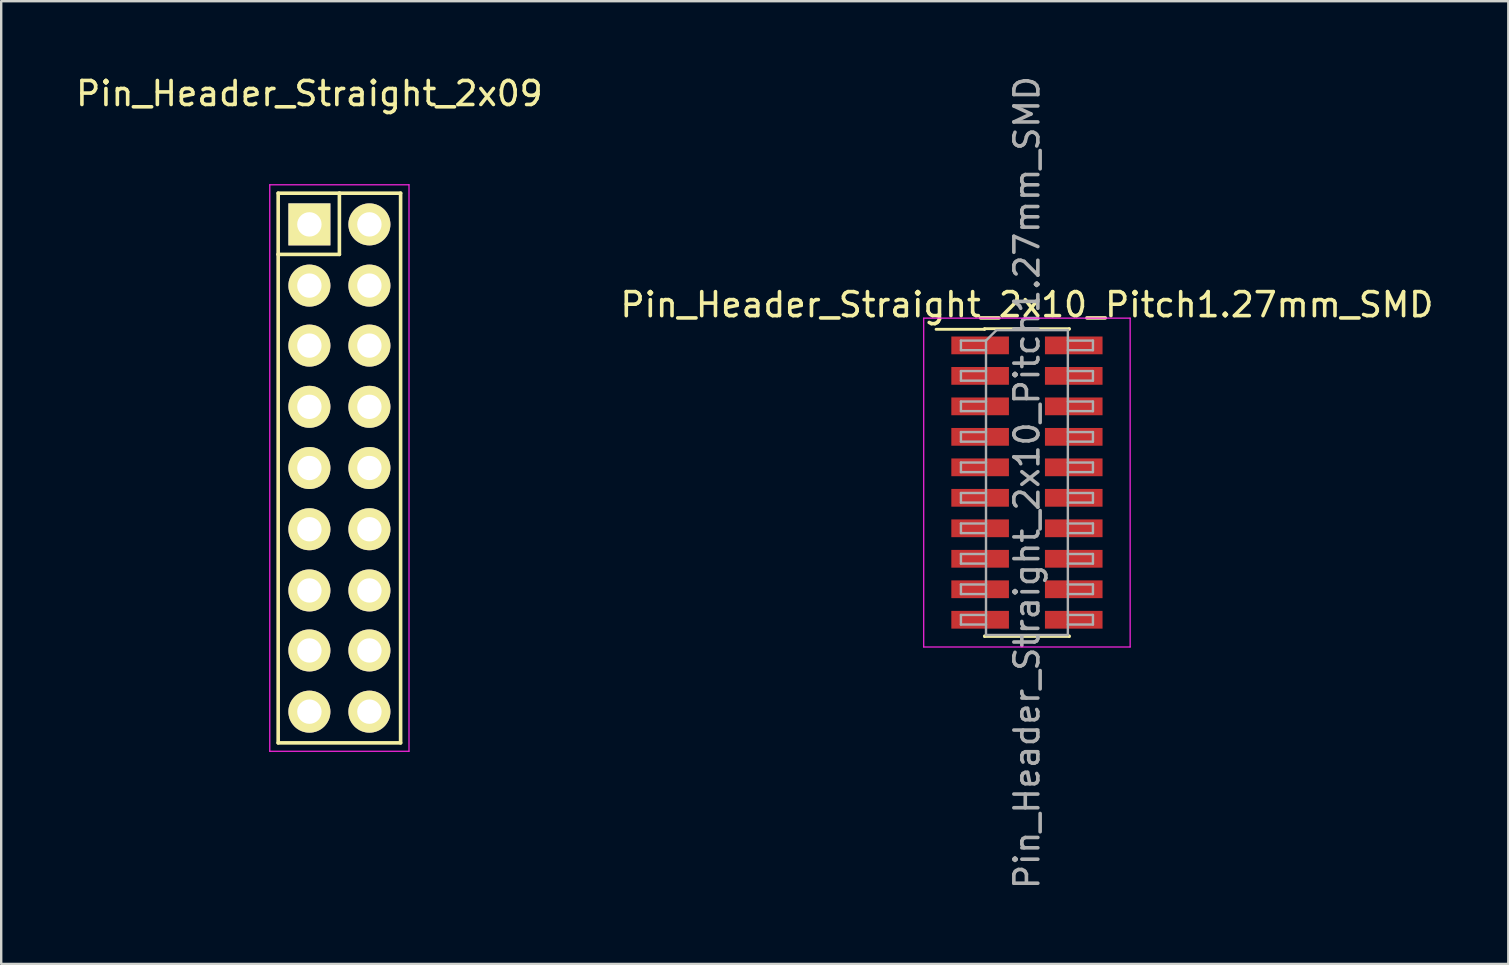
<source format=kicad_pcb>
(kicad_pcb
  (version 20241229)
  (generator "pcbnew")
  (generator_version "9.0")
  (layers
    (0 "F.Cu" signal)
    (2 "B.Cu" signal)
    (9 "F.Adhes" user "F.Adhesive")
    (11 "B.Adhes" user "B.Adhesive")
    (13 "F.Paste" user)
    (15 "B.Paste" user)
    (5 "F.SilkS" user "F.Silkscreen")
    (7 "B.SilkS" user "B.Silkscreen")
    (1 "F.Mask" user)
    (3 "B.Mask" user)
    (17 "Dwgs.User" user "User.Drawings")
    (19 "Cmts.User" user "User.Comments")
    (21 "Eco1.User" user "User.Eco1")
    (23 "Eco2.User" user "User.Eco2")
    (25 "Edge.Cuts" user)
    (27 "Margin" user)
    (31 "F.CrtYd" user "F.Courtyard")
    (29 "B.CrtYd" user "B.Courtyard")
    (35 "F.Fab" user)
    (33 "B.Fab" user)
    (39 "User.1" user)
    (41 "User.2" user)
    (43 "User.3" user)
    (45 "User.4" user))
  (footprint "Pin_Header_Straight_2x09"
    (layer "F.Cu")
    (at 9.839 6.298)
    (property "Reference" "Pin_Header_Straight_2x09" (at 0 -5.45 0) (layer "F.SilkS") (effects (font (size 1 1) (thickness 0.15))))
    (attr through_hole)
    (fp_line (start -1.3 -1.3) (end -1.3 1.25) (stroke (width 0.15) (type solid)) (layer "F.SilkS"))
    (fp_line (start -1.3 -1.3) (end 1.25 -1.3) (stroke (width 0.15) (type solid)) (layer "F.SilkS"))
    (fp_line (start -1.3 1.25) (end -1.3 21.6) (stroke (width 0.15) (type solid)) (layer "F.SilkS"))
    (fp_line (start 1.25 -1.3) (end 1.25 1.25) (stroke (width 0.15) (type solid)) (layer "F.SilkS"))
    (fp_line (start 1.25 1.25) (end -1.3 1.25) (stroke (width 0.15) (type solid)) (layer "F.SilkS"))
    (fp_line (start 3.8 -1.3) (end 1.25 -1.3) (stroke (width 0.15) (type solid)) (layer "F.SilkS"))
    (fp_line (start 3.8 21.6) (end -1.3 21.6) (stroke (width 0.15) (type solid)) (layer "F.SilkS"))
    (fp_line (start 3.8 21.6) (end 3.8 -1.3) (stroke (width 0.15) (type solid)) (layer "F.SilkS"))
    (fp_line (start -1.65 -1.65) (end -1.65 21.95) (stroke (width 0.05) (type solid)) (layer "F.CrtYd"))
    (fp_line (start -1.65 -1.65) (end 4.15 -1.65) (stroke (width 0.05) (type solid)) (layer "F.CrtYd"))
    (fp_line (start -1.65 21.95) (end 4.15 21.95) (stroke (width 0.05) (type solid)) (layer "F.CrtYd"))
    (fp_line (start 4.15 -1.65) (end 4.15 21.95) (stroke (width 0.05) (type solid)) (layer "F.CrtYd"))
    (pad "1" thru_hole rect (at 0 0) (size 1.75 1.75) (drill 1.016) (layers "*.Cu" "*.Mask" "F.SilkS"))
    (pad "2" thru_hole oval (at 2.5 0) (size 1.75 1.75) (drill 1.016) (layers "*.Cu" "*.Mask" "F.SilkS"))
    (pad "3" thru_hole oval (at 0 2.55) (size 1.75 1.75) (drill 1.016) (layers "*.Cu" "*.Mask" "F.SilkS"))
    (pad "4" thru_hole oval (at 2.5 2.55) (size 1.75 1.75) (drill 1.016) (layers "*.Cu" "*.Mask" "F.SilkS"))
    (pad "5" thru_hole oval (at 0 5.05) (size 1.75 1.75) (drill 1.016) (layers "*.Cu" "*.Mask" "F.SilkS"))
    (pad "6" thru_hole oval (at 2.5 5.05) (size 1.75 1.75) (drill 1.016) (layers "*.Cu" "*.Mask" "F.SilkS"))
    (pad "7" thru_hole oval (at 0 7.6) (size 1.75 1.75) (drill 1.016) (layers "*.Cu" "*.Mask" "F.SilkS"))
    (pad "8" thru_hole oval (at 2.5 7.6) (size 1.75 1.75) (drill 1.016) (layers "*.Cu" "*.Mask" "F.SilkS"))
    (pad "9" thru_hole oval (at 0 10.15) (size 1.75 1.75) (drill 1.016) (layers "*.Cu" "*.Mask" "F.SilkS"))
    (pad "10" thru_hole oval (at 2.5 10.15) (size 1.75 1.75) (drill 1.016) (layers "*.Cu" "*.Mask" "F.SilkS"))
    (pad "11" thru_hole oval (at 0 12.7) (size 1.75 1.75) (drill 1.016) (layers "*.Cu" "*.Mask" "F.SilkS"))
    (pad "12" thru_hole oval (at 2.5 12.7) (size 1.75 1.75) (drill 1.016) (layers "*.Cu" "*.Mask" "F.SilkS"))
    (pad "13" thru_hole oval (at 0 15.25) (size 1.75 1.75) (drill 1.016) (layers "*.Cu" "*.Mask" "F.SilkS"))
    (pad "14" thru_hole oval (at 2.5 15.25) (size 1.75 1.75) (drill 1.016) (layers "*.Cu" "*.Mask" "F.SilkS"))
    (pad "15" thru_hole oval (at 0 17.75) (size 1.75 1.75) (drill 1.016) (layers "*.Cu" "*.Mask" "F.SilkS"))
    (pad "16" thru_hole oval (at 2.5 17.75) (size 1.75 1.75) (drill 1.016) (layers "*.Cu" "*.Mask" "F.SilkS"))
    (pad "17" thru_hole oval (at 0 20.3) (size 1.75 1.75) (drill 1.016) (layers "*.Cu" "*.Mask" "F.SilkS"))
    (pad "18" thru_hole oval (at 2.5 20.3) (size 1.75 1.75) (drill 1.016) (layers "*.Cu" "*.Mask" "F.SilkS")))
  (footprint "Pin_Header_Straight_2x10_Pitch1.27mm_SMD"
    (layer "F.Cu")
    (at 39.732 17.054)
    (property "Reference" "Pin_Header_Straight_2x10_Pitch1.27mm_SMD" (at 0 -7.41 0) (layer "F.SilkS") (effects (font (size 1 1) (thickness 0.15))))
    (attr smd)
    (fp_line (start -3.785 -6.385) (end -1.765 -6.385) (stroke (width 0.12) (type solid)) (layer "F.SilkS"))
    (fp_line (start -1.765 -6.41) (end 1.765 -6.41) (stroke (width 0.12) (type solid)) (layer "F.SilkS"))
    (fp_line (start -1.765 -6.385) (end -1.765 -6.41) (stroke (width 0.12) (type solid)) (layer "F.SilkS"))
    (fp_line (start -1.765 6.385) (end -1.765 6.41) (stroke (width 0.12) (type solid)) (layer "F.SilkS"))
    (fp_line (start -1.765 6.41) (end 1.765 6.41) (stroke (width 0.12) (type solid)) (layer "F.SilkS"))
    (fp_line (start 1.765 -6.41) (end 1.765 -6.385) (stroke (width 0.12) (type solid)) (layer "F.SilkS"))
    (fp_line (start 1.765 6.41) (end 1.765 6.385) (stroke (width 0.12) (type solid)) (layer "F.SilkS"))
    (fp_line (start -4.3 -6.85) (end -4.3 6.85) (stroke (width 0.05) (type solid)) (layer "F.CrtYd"))
    (fp_line (start -4.3 6.85) (end 4.3 6.85) (stroke (width 0.05) (type solid)) (layer "F.CrtYd"))
    (fp_line (start 4.3 -6.85) (end -4.3 -6.85) (stroke (width 0.05) (type solid)) (layer "F.CrtYd"))
    (fp_line (start 4.3 6.85) (end 4.3 -6.85) (stroke (width 0.05) (type solid)) (layer "F.CrtYd"))
    (fp_line (start -2.75 -5.915) (end -2.75 -5.515) (stroke (width 0.1) (type solid)) (layer "F.Fab"))
    (fp_line (start -2.75 -5.515) (end -1.705 -5.515) (stroke (width 0.1) (type solid)) (layer "F.Fab"))
    (fp_line (start -2.75 -4.645) (end -2.75 -4.245) (stroke (width 0.1) (type solid)) (layer "F.Fab"))
    (fp_line (start -2.75 -4.245) (end -1.705 -4.245) (stroke (width 0.1) (type solid)) (layer "F.Fab"))
    (fp_line (start -2.75 -3.375) (end -2.75 -2.975) (stroke (width 0.1) (type solid)) (layer "F.Fab"))
    (fp_line (start -2.75 -2.975) (end -1.705 -2.975) (stroke (width 0.1) (type solid)) (layer "F.Fab"))
    (fp_line (start -2.75 -2.105) (end -2.75 -1.705) (stroke (width 0.1) (type solid)) (layer "F.Fab"))
    (fp_line (start -2.75 -1.705) (end -1.705 -1.705) (stroke (width 0.1) (type solid)) (layer "F.Fab"))
    (fp_line (start -2.75 -0.835) (end -2.75 -0.435) (stroke (width 0.1) (type solid)) (layer "F.Fab"))
    (fp_line (start -2.75 -0.435) (end -1.705 -0.435) (stroke (width 0.1) (type solid)) (layer "F.Fab"))
    (fp_line (start -2.75 0.435) (end -2.75 0.835) (stroke (width 0.1) (type solid)) (layer "F.Fab"))
    (fp_line (start -2.75 0.835) (end -1.705 0.835) (stroke (width 0.1) (type solid)) (layer "F.Fab"))
    (fp_line (start -2.75 1.705) (end -2.75 2.105) (stroke (width 0.1) (type solid)) (layer "F.Fab"))
    (fp_line (start -2.75 2.105) (end -1.705 2.105) (stroke (width 0.1) (type solid)) (layer "F.Fab"))
    (fp_line (start -2.75 2.975) (end -2.75 3.375) (stroke (width 0.1) (type solid)) (layer "F.Fab"))
    (fp_line (start -2.75 3.375) (end -1.705 3.375) (stroke (width 0.1) (type solid)) (layer "F.Fab"))
    (fp_line (start -2.75 4.245) (end -2.75 4.645) (stroke (width 0.1) (type solid)) (layer "F.Fab"))
    (fp_line (start -2.75 4.645) (end -1.705 4.645) (stroke (width 0.1) (type solid)) (layer "F.Fab"))
    (fp_line (start -2.75 5.515) (end -2.75 5.915) (stroke (width 0.1) (type solid)) (layer "F.Fab"))
    (fp_line (start -2.75 5.915) (end -1.705 5.915) (stroke (width 0.1) (type solid)) (layer "F.Fab"))
    (fp_line (start -1.705 -5.915) (end -2.75 -5.915) (stroke (width 0.1) (type solid)) (layer "F.Fab"))
    (fp_line (start -1.705 -5.915) (end -1.27 -6.35) (stroke (width 0.1) (type solid)) (layer "F.Fab"))
    (fp_line (start -1.705 -4.645) (end -2.75 -4.645) (stroke (width 0.1) (type solid)) (layer "F.Fab"))
    (fp_line (start -1.705 -3.375) (end -2.75 -3.375) (stroke (width 0.1) (type solid)) (layer "F.Fab"))
    (fp_line (start -1.705 -2.105) (end -2.75 -2.105) (stroke (width 0.1) (type solid)) (layer "F.Fab"))
    (fp_line (start -1.705 -0.835) (end -2.75 -0.835) (stroke (width 0.1) (type solid)) (layer "F.Fab"))
    (fp_line (start -1.705 0.435) (end -2.75 0.435) (stroke (width 0.1) (type solid)) (layer "F.Fab"))
    (fp_line (start -1.705 1.705) (end -2.75 1.705) (stroke (width 0.1) (type solid)) (layer "F.Fab"))
    (fp_line (start -1.705 2.975) (end -2.75 2.975) (stroke (width 0.1) (type solid)) (layer "F.Fab"))
    (fp_line (start -1.705 4.245) (end -2.75 4.245) (stroke (width 0.1) (type solid)) (layer "F.Fab"))
    (fp_line (start -1.705 5.515) (end -2.75 5.515) (stroke (width 0.1) (type solid)) (layer "F.Fab"))
    (fp_line (start -1.705 6.35) (end -1.705 -5.915) (stroke (width 0.1) (type solid)) (layer "F.Fab"))
    (fp_line (start -1.27 -6.35) (end 1.705 -6.35) (stroke (width 0.1) (type solid)) (layer "F.Fab"))
    (fp_line (start 1.705 -6.35) (end 1.705 6.35) (stroke (width 0.1) (type solid)) (layer "F.Fab"))
    (fp_line (start 1.705 -5.915) (end 2.75 -5.915) (stroke (width 0.1) (type solid)) (layer "F.Fab"))
    (fp_line (start 1.705 -4.645) (end 2.75 -4.645) (stroke (width 0.1) (type solid)) (layer "F.Fab"))
    (fp_line (start 1.705 -3.375) (end 2.75 -3.375) (stroke (width 0.1) (type solid)) (layer "F.Fab"))
    (fp_line (start 1.705 -2.105) (end 2.75 -2.105) (stroke (width 0.1) (type solid)) (layer "F.Fab"))
    (fp_line (start 1.705 -0.835) (end 2.75 -0.835) (stroke (width 0.1) (type solid)) (layer "F.Fab"))
    (fp_line (start 1.705 0.435) (end 2.75 0.435) (stroke (width 0.1) (type solid)) (layer "F.Fab"))
    (fp_line (start 1.705 1.705) (end 2.75 1.705) (stroke (width 0.1) (type solid)) (layer "F.Fab"))
    (fp_line (start 1.705 2.975) (end 2.75 2.975) (stroke (width 0.1) (type solid)) (layer "F.Fab"))
    (fp_line (start 1.705 4.245) (end 2.75 4.245) (stroke (width 0.1) (type solid)) (layer "F.Fab"))
    (fp_line (start 1.705 5.515) (end 2.75 5.515) (stroke (width 0.1) (type solid)) (layer "F.Fab"))
    (fp_line (start 1.705 6.35) (end -1.705 6.35) (stroke (width 0.1) (type solid)) (layer "F.Fab"))
    (fp_line (start 2.75 -5.915) (end 2.75 -5.515) (stroke (width 0.1) (type solid)) (layer "F.Fab"))
    (fp_line (start 2.75 -5.515) (end 1.705 -5.515) (stroke (width 0.1) (type solid)) (layer "F.Fab"))
    (fp_line (start 2.75 -4.645) (end 2.75 -4.245) (stroke (width 0.1) (type solid)) (layer "F.Fab"))
    (fp_line (start 2.75 -4.245) (end 1.705 -4.245) (stroke (width 0.1) (type solid)) (layer "F.Fab"))
    (fp_line (start 2.75 -3.375) (end 2.75 -2.975) (stroke (width 0.1) (type solid)) (layer "F.Fab"))
    (fp_line (start 2.75 -2.975) (end 1.705 -2.975) (stroke (width 0.1) (type solid)) (layer "F.Fab"))
    (fp_line (start 2.75 -2.105) (end 2.75 -1.705) (stroke (width 0.1) (type solid)) (layer "F.Fab"))
    (fp_line (start 2.75 -1.705) (end 1.705 -1.705) (stroke (width 0.1) (type solid)) (layer "F.Fab"))
    (fp_line (start 2.75 -0.835) (end 2.75 -0.435) (stroke (width 0.1) (type solid)) (layer "F.Fab"))
    (fp_line (start 2.75 -0.435) (end 1.705 -0.435) (stroke (width 0.1) (type solid)) (layer "F.Fab"))
    (fp_line (start 2.75 0.435) (end 2.75 0.835) (stroke (width 0.1) (type solid)) (layer "F.Fab"))
    (fp_line (start 2.75 0.835) (end 1.705 0.835) (stroke (width 0.1) (type solid)) (layer "F.Fab"))
    (fp_line (start 2.75 1.705) (end 2.75 2.105) (stroke (width 0.1) (type solid)) (layer "F.Fab"))
    (fp_line (start 2.75 2.105) (end 1.705 2.105) (stroke (width 0.1) (type solid)) (layer "F.Fab"))
    (fp_line (start 2.75 2.975) (end 2.75 3.375) (stroke (width 0.1) (type solid)) (layer "F.Fab"))
    (fp_line (start 2.75 3.375) (end 1.705 3.375) (stroke (width 0.1) (type solid)) (layer "F.Fab"))
    (fp_line (start 2.75 4.245) (end 2.75 4.645) (stroke (width 0.1) (type solid)) (layer "F.Fab"))
    (fp_line (start 2.75 4.645) (end 1.705 4.645) (stroke (width 0.1) (type solid)) (layer "F.Fab"))
    (fp_line (start 2.75 5.515) (end 2.75 5.915) (stroke (width 0.1) (type solid)) (layer "F.Fab"))
    (fp_line (start 2.75 5.915) (end 1.705 5.915) (stroke (width 0.1) (type solid)) (layer "F.Fab"))
    (fp_text user "${REFERENCE}" (at 0 0 90) (layer "F.Fab") (effects (font (size 1 1) (thickness 0.15))))
    (pad "1" smd rect (at -1.95 -5.715) (size 2.4 0.74) (layers "F.Cu" "F.Mask" "F.Paste"))
    (pad "2" smd rect (at 1.95 -5.715) (size 2.4 0.74) (layers "F.Cu" "F.Mask" "F.Paste"))
    (pad "3" smd rect (at -1.95 -4.445) (size 2.4 0.74) (layers "F.Cu" "F.Mask" "F.Paste"))
    (pad "4" smd rect (at 1.95 -4.445) (size 2.4 0.74) (layers "F.Cu" "F.Mask" "F.Paste"))
    (pad "5" smd rect (at -1.95 -3.175) (size 2.4 0.74) (layers "F.Cu" "F.Mask" "F.Paste"))
    (pad "6" smd rect (at 1.95 -3.175) (size 2.4 0.74) (layers "F.Cu" "F.Mask" "F.Paste"))
    (pad "7" smd rect (at -1.95 -1.905) (size 2.4 0.74) (layers "F.Cu" "F.Mask" "F.Paste"))
    (pad "8" smd rect (at 1.95 -1.905) (size 2.4 0.74) (layers "F.Cu" "F.Mask" "F.Paste"))
    (pad "9" smd rect (at -1.95 -0.635) (size 2.4 0.74) (layers "F.Cu" "F.Mask" "F.Paste"))
    (pad "10" smd rect (at 1.95 -0.635) (size 2.4 0.74) (layers "F.Cu" "F.Mask" "F.Paste"))
    (pad "11" smd rect (at -1.95 0.635) (size 2.4 0.74) (layers "F.Cu" "F.Mask" "F.Paste"))
    (pad "12" smd rect (at 1.95 0.635) (size 2.4 0.74) (layers "F.Cu" "F.Mask" "F.Paste"))
    (pad "13" smd rect (at -1.95 1.905) (size 2.4 0.74) (layers "F.Cu" "F.Mask" "F.Paste"))
    (pad "14" smd rect (at 1.95 1.905) (size 2.4 0.74) (layers "F.Cu" "F.Mask" "F.Paste"))
    (pad "15" smd rect (at -1.95 3.175) (size 2.4 0.74) (layers "F.Cu" "F.Mask" "F.Paste"))
    (pad "16" smd rect (at 1.95 3.175) (size 2.4 0.74) (layers "F.Cu" "F.Mask" "F.Paste"))
    (pad "17" smd rect (at -1.95 4.445) (size 2.4 0.74) (layers "F.Cu" "F.Mask" "F.Paste"))
    (pad "18" smd rect (at 1.95 4.445) (size 2.4 0.74) (layers "F.Cu" "F.Mask" "F.Paste"))
    (pad "19" smd rect (at -1.95 5.715) (size 2.4 0.74) (layers "F.Cu" "F.Mask" "F.Paste"))
    (pad "20" smd rect (at 1.95 5.715) (size 2.4 0.74) (layers "F.Cu" "F.Mask" "F.Paste")))
  (gr_rect
    (start -3 -3)
    (end 59.786 37.107)
    (stroke (width 0.1) (type default))
    (fill no)
    (layer "Edge.Cuts")))
</source>
